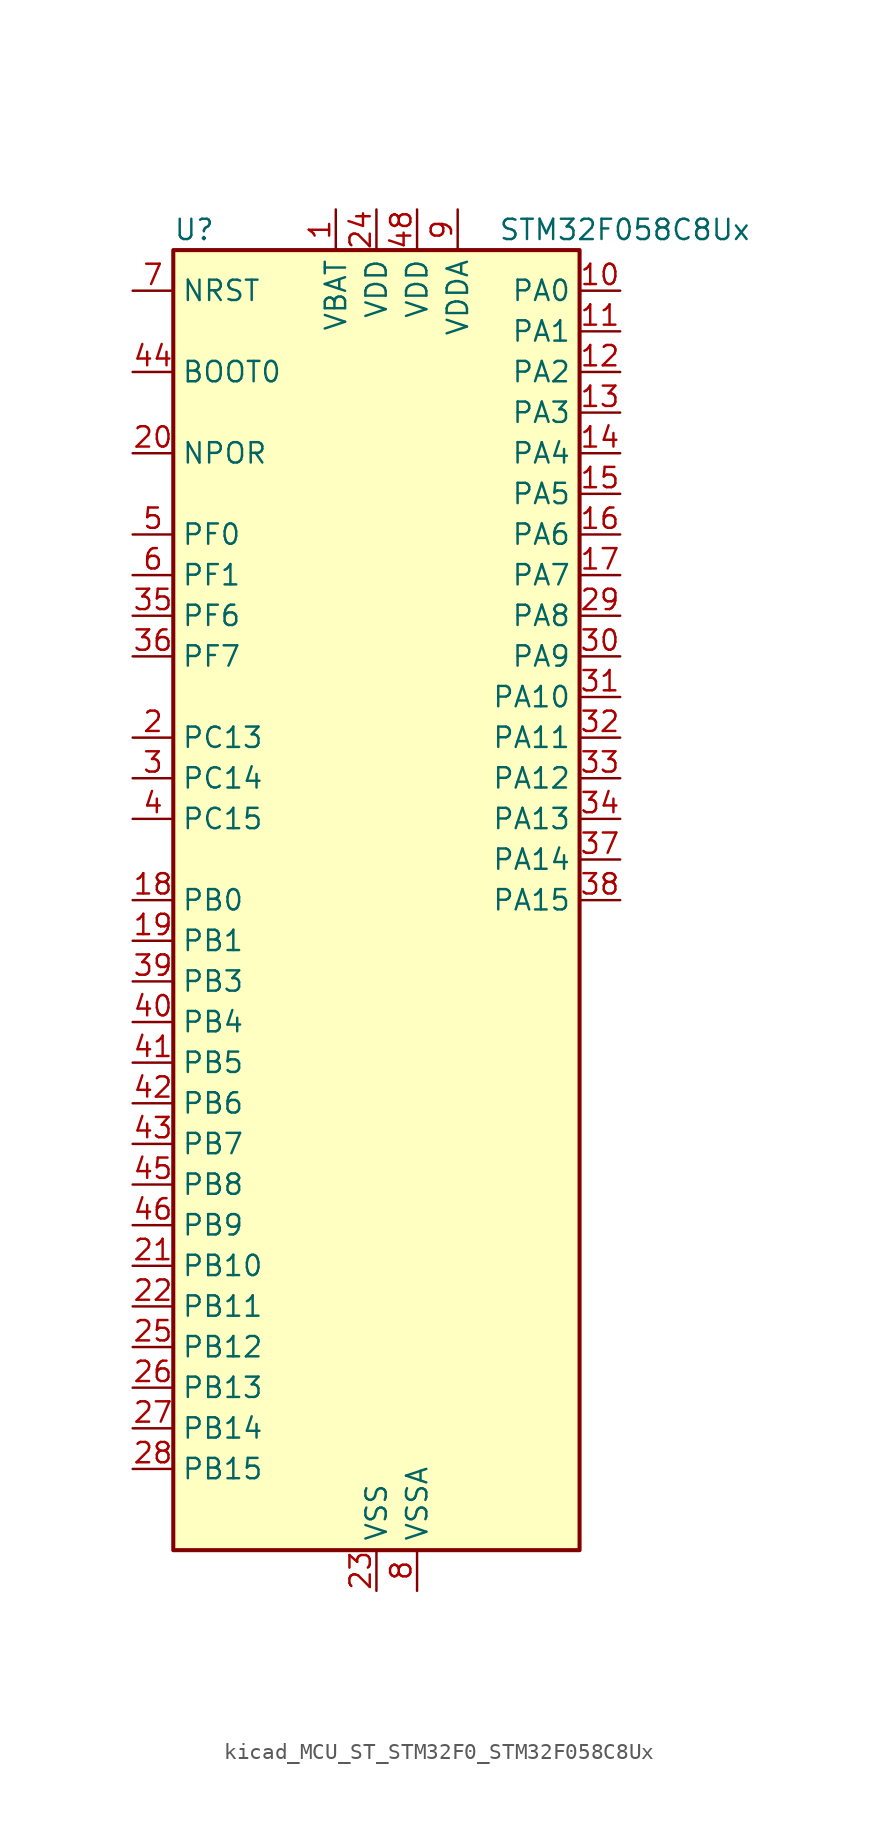
<source format=kicad_sym>
(kicad_symbol_lib
  (version 20220914)
  (generator kicad_symbol_editor)
  (symbol "kicad_MCU_ST_STM32F0_STM32F058C8Ux"
    (property "Reference" "U"
      (at -12.7 41.91 0)
      (effects (font (size 1.27 1.27)) (justify left)))
    (property "Value" "STM32F058C8Ux"
      (at 7.62 41.91 0)
      (effects (font (size 1.27 1.27)) (justify left)))
    (property "ki_locked" ""
      (at 0 0 0)
      (effects (font (size 1.27 1.27))))
    (symbol "kicad_MCU_ST_STM32F0_STM32F058C8Ux_0_1"
      (rectangle (start -12.7 -40.64) (end 12.7 40.64) (stroke (width 0.254) (type default)) (fill (type background))))
    (symbol "kicad_MCU_ST_STM32F0_STM32F058C8Ux_1_1"
      (pin power_in line (at -2.54 43.18 270) (length 2.54) (name "VBAT" (effects (font (size 1.27 1.27)))) (number "1" (effects (font (size 1.27 1.27)))))
      (pin bidirectional line (at 15.24 38.1 180) (length 2.54) (name "PA0" (effects (font (size 1.27 1.27)))) (number "10" (effects (font (size 1.27 1.27)))) (alternate "ADC_IN0" bidirectional line) (alternate "COMP1_INM" bidirectional line) (alternate "COMP1_OUT" bidirectional line) (alternate "RTC_TAMP2" bidirectional line) (alternate "SYS_WKUP1" bidirectional line) (alternate "TIM2_CH1" bidirectional line) (alternate "TIM2_ETR" bidirectional line) (alternate "TSC_G1_IO1" bidirectional line) (alternate "USART2_CTS" bidirectional line))
      (pin bidirectional line (at 15.24 35.56 180) (length 2.54) (name "PA1" (effects (font (size 1.27 1.27)))) (number "11" (effects (font (size 1.27 1.27)))) (alternate "ADC_IN1" bidirectional line) (alternate "COMP1_INP" bidirectional line) (alternate "TIM2_CH2" bidirectional line) (alternate "TSC_G1_IO2" bidirectional line) (alternate "USART2_DE" bidirectional line) (alternate "USART2_RTS" bidirectional line))
      (pin bidirectional line (at 15.24 33.02 180) (length 2.54) (name "PA2" (effects (font (size 1.27 1.27)))) (number "12" (effects (font (size 1.27 1.27)))) (alternate "ADC_IN2" bidirectional line) (alternate "COMP2_INM" bidirectional line) (alternate "COMP2_OUT" bidirectional line) (alternate "TIM15_CH1" bidirectional line) (alternate "TIM2_CH3" bidirectional line) (alternate "TSC_G1_IO3" bidirectional line) (alternate "USART2_TX" bidirectional line))
      (pin bidirectional line (at 15.24 30.48 180) (length 2.54) (name "PA3" (effects (font (size 1.27 1.27)))) (number "13" (effects (font (size 1.27 1.27)))) (alternate "ADC_IN3" bidirectional line) (alternate "COMP2_INP" bidirectional line) (alternate "TIM15_CH2" bidirectional line) (alternate "TIM2_CH4" bidirectional line) (alternate "TSC_G1_IO4" bidirectional line) (alternate "USART2_RX" bidirectional line))
      (pin bidirectional line (at 15.24 27.94 180) (length 2.54) (name "PA4" (effects (font (size 1.27 1.27)))) (number "14" (effects (font (size 1.27 1.27)))) (alternate "ADC_IN4" bidirectional line) (alternate "COMP1_INM" bidirectional line) (alternate "COMP2_INM" bidirectional line) (alternate "DAC1_OUT1" bidirectional line) (alternate "I2S1_WS" bidirectional line) (alternate "SPI1_NSS" bidirectional line) (alternate "TIM14_CH1" bidirectional line) (alternate "TSC_G2_IO1" bidirectional line) (alternate "USART2_CK" bidirectional line))
      (pin bidirectional line (at 15.24 25.4 180) (length 2.54) (name "PA5" (effects (font (size 1.27 1.27)))) (number "15" (effects (font (size 1.27 1.27)))) (alternate "ADC_IN5" bidirectional line) (alternate "CEC" bidirectional line) (alternate "COMP1_INM" bidirectional line) (alternate "COMP2_INM" bidirectional line) (alternate "I2S1_CK" bidirectional line) (alternate "SPI1_SCK" bidirectional line) (alternate "TIM2_CH1" bidirectional line) (alternate "TIM2_ETR" bidirectional line) (alternate "TSC_G2_IO2" bidirectional line))
      (pin bidirectional line (at 15.24 22.86 180) (length 2.54) (name "PA6" (effects (font (size 1.27 1.27)))) (number "16" (effects (font (size 1.27 1.27)))) (alternate "ADC_IN6" bidirectional line) (alternate "COMP1_OUT" bidirectional line) (alternate "I2S1_MCK" bidirectional line) (alternate "SPI1_MISO" bidirectional line) (alternate "TIM16_CH1" bidirectional line) (alternate "TIM1_BKIN" bidirectional line) (alternate "TIM3_CH1" bidirectional line) (alternate "TSC_G2_IO3" bidirectional line))
      (pin bidirectional line (at 15.24 20.32 180) (length 2.54) (name "PA7" (effects (font (size 1.27 1.27)))) (number "17" (effects (font (size 1.27 1.27)))) (alternate "ADC_IN7" bidirectional line) (alternate "COMP2_OUT" bidirectional line) (alternate "I2S1_SD" bidirectional line) (alternate "SPI1_MOSI" bidirectional line) (alternate "TIM14_CH1" bidirectional line) (alternate "TIM17_CH1" bidirectional line) (alternate "TIM1_CH1N" bidirectional line) (alternate "TIM3_CH2" bidirectional line) (alternate "TSC_G2_IO4" bidirectional line))
      (pin bidirectional line (at -15.24 0 0) (length 2.54) (name "PB0" (effects (font (size 1.27 1.27)))) (number "18" (effects (font (size 1.27 1.27)))) (alternate "ADC_IN8" bidirectional line) (alternate "TIM1_CH2N" bidirectional line) (alternate "TIM3_CH3" bidirectional line) (alternate "TSC_G3_IO2" bidirectional line))
      (pin bidirectional line (at -15.24 -2.54 0) (length 2.54) (name "PB1" (effects (font (size 1.27 1.27)))) (number "19" (effects (font (size 1.27 1.27)))) (alternate "ADC_IN9" bidirectional line) (alternate "TIM14_CH1" bidirectional line) (alternate "TIM1_CH3N" bidirectional line) (alternate "TIM3_CH4" bidirectional line) (alternate "TSC_G3_IO3" bidirectional line))
      (pin bidirectional line (at -15.24 10.16 0) (length 2.54) (name "PC13" (effects (font (size 1.27 1.27)))) (number "2" (effects (font (size 1.27 1.27)))) (alternate "RTC_OUT_ALARM" bidirectional line) (alternate "RTC_OUT_CALIB" bidirectional line) (alternate "RTC_TAMP1" bidirectional line) (alternate "RTC_TS" bidirectional line) (alternate "SYS_WKUP2" bidirectional line))
      (pin input line (at -15.24 27.94 0) (length 2.54) (name "NPOR" (effects (font (size 1.27 1.27)))) (number "20" (effects (font (size 1.27 1.27)))))
      (pin bidirectional line (at -15.24 -22.86 0) (length 2.54) (name "PB10" (effects (font (size 1.27 1.27)))) (number "21" (effects (font (size 1.27 1.27)))) (alternate "CEC" bidirectional line) (alternate "I2C2_SCL" bidirectional line) (alternate "TIM2_CH3" bidirectional line) (alternate "TSC_SYNC" bidirectional line))
      (pin bidirectional line (at -15.24 -25.4 0) (length 2.54) (name "PB11" (effects (font (size 1.27 1.27)))) (number "22" (effects (font (size 1.27 1.27)))) (alternate "I2C2_SDA" bidirectional line) (alternate "TIM2_CH4" bidirectional line) (alternate "TSC_G6_IO1" bidirectional line))
      (pin power_in line (at 0 -43.18 90) (length 2.54) (name "VSS" (effects (font (size 1.27 1.27)))) (number "23" (effects (font (size 1.27 1.27)))))
      (pin power_in line (at 0 43.18 270) (length 2.54) (name "VDD" (effects (font (size 1.27 1.27)))) (number "24" (effects (font (size 1.27 1.27)))))
      (pin bidirectional line (at -15.24 -27.94 0) (length 2.54) (name "PB12" (effects (font (size 1.27 1.27)))) (number "25" (effects (font (size 1.27 1.27)))) (alternate "SPI2_NSS" bidirectional line) (alternate "TIM1_BKIN" bidirectional line) (alternate "TSC_G6_IO2" bidirectional line))
      (pin bidirectional line (at -15.24 -30.48 0) (length 2.54) (name "PB13" (effects (font (size 1.27 1.27)))) (number "26" (effects (font (size 1.27 1.27)))) (alternate "SPI2_SCK" bidirectional line) (alternate "TIM1_CH1N" bidirectional line) (alternate "TSC_G6_IO3" bidirectional line))
      (pin bidirectional line (at -15.24 -33.02 0) (length 2.54) (name "PB14" (effects (font (size 1.27 1.27)))) (number "27" (effects (font (size 1.27 1.27)))) (alternate "SPI2_MISO" bidirectional line) (alternate "TIM15_CH1" bidirectional line) (alternate "TIM1_CH2N" bidirectional line) (alternate "TSC_G6_IO4" bidirectional line))
      (pin bidirectional line (at -15.24 -35.56 0) (length 2.54) (name "PB15" (effects (font (size 1.27 1.27)))) (number "28" (effects (font (size 1.27 1.27)))) (alternate "RTC_REFIN" bidirectional line) (alternate "SPI2_MOSI" bidirectional line) (alternate "TIM15_CH1N" bidirectional line) (alternate "TIM15_CH2" bidirectional line) (alternate "TIM1_CH3N" bidirectional line))
      (pin bidirectional line (at 15.24 17.78 180) (length 2.54) (name "PA8" (effects (font (size 1.27 1.27)))) (number "29" (effects (font (size 1.27 1.27)))) (alternate "RCC_MCO" bidirectional line) (alternate "TIM1_CH1" bidirectional line) (alternate "USART1_CK" bidirectional line))
      (pin bidirectional line (at -15.24 7.62 0) (length 2.54) (name "PC14" (effects (font (size 1.27 1.27)))) (number "3" (effects (font (size 1.27 1.27)))) (alternate "RCC_OSC32_IN" bidirectional line))
      (pin bidirectional line (at 15.24 15.24 180) (length 2.54) (name "PA9" (effects (font (size 1.27 1.27)))) (number "30" (effects (font (size 1.27 1.27)))) (alternate "DAC1_EXTI9" bidirectional line) (alternate "TIM15_BKIN" bidirectional line) (alternate "TIM1_CH2" bidirectional line) (alternate "TSC_G4_IO1" bidirectional line) (alternate "USART1_TX" bidirectional line))
      (pin bidirectional line (at 15.24 12.7 180) (length 2.54) (name "PA10" (effects (font (size 1.27 1.27)))) (number "31" (effects (font (size 1.27 1.27)))) (alternate "TIM17_BKIN" bidirectional line) (alternate "TIM1_CH3" bidirectional line) (alternate "TSC_G4_IO2" bidirectional line) (alternate "USART1_RX" bidirectional line))
      (pin bidirectional line (at 15.24 10.16 180) (length 2.54) (name "PA11" (effects (font (size 1.27 1.27)))) (number "32" (effects (font (size 1.27 1.27)))) (alternate "COMP1_OUT" bidirectional line) (alternate "TIM1_CH4" bidirectional line) (alternate "TSC_G4_IO3" bidirectional line) (alternate "USART1_CTS" bidirectional line))
      (pin bidirectional line (at 15.24 7.62 180) (length 2.54) (name "PA12" (effects (font (size 1.27 1.27)))) (number "33" (effects (font (size 1.27 1.27)))) (alternate "COMP2_OUT" bidirectional line) (alternate "TIM1_ETR" bidirectional line) (alternate "TSC_G4_IO4" bidirectional line) (alternate "USART1_DE" bidirectional line) (alternate "USART1_RTS" bidirectional line))
      (pin bidirectional line (at 15.24 5.08 180) (length 2.54) (name "PA13" (effects (font (size 1.27 1.27)))) (number "34" (effects (font (size 1.27 1.27)))) (alternate "IR_OUT" bidirectional line) (alternate "SYS_SWDIO" bidirectional line))
      (pin bidirectional line (at -15.24 17.78 0) (length 2.54) (name "PF6" (effects (font (size 1.27 1.27)))) (number "35" (effects (font (size 1.27 1.27)))) (alternate "I2C2_SCL" bidirectional line))
      (pin bidirectional line (at -15.24 15.24 0) (length 2.54) (name "PF7" (effects (font (size 1.27 1.27)))) (number "36" (effects (font (size 1.27 1.27)))) (alternate "I2C2_SDA" bidirectional line))
      (pin bidirectional line (at 15.24 2.54 180) (length 2.54) (name "PA14" (effects (font (size 1.27 1.27)))) (number "37" (effects (font (size 1.27 1.27)))) (alternate "SYS_SWCLK" bidirectional line) (alternate "USART2_TX" bidirectional line))
      (pin bidirectional line (at 15.24 0 180) (length 2.54) (name "PA15" (effects (font (size 1.27 1.27)))) (number "38" (effects (font (size 1.27 1.27)))) (alternate "I2S1_WS" bidirectional line) (alternate "SPI1_NSS" bidirectional line) (alternate "TIM2_CH1" bidirectional line) (alternate "TIM2_ETR" bidirectional line) (alternate "USART2_RX" bidirectional line))
      (pin bidirectional line (at -15.24 -5.08 0) (length 2.54) (name "PB3" (effects (font (size 1.27 1.27)))) (number "39" (effects (font (size 1.27 1.27)))) (alternate "I2S1_CK" bidirectional line) (alternate "SPI1_SCK" bidirectional line) (alternate "TIM2_CH2" bidirectional line) (alternate "TSC_G5_IO1" bidirectional line))
      (pin bidirectional line (at -15.24 5.08 0) (length 2.54) (name "PC15" (effects (font (size 1.27 1.27)))) (number "4" (effects (font (size 1.27 1.27)))) (alternate "RCC_OSC32_OUT" bidirectional line))
      (pin bidirectional line (at -15.24 -7.62 0) (length 2.54) (name "PB4" (effects (font (size 1.27 1.27)))) (number "40" (effects (font (size 1.27 1.27)))) (alternate "I2S1_MCK" bidirectional line) (alternate "SPI1_MISO" bidirectional line) (alternate "TIM3_CH1" bidirectional line) (alternate "TSC_G5_IO2" bidirectional line))
      (pin bidirectional line (at -15.24 -10.16 0) (length 2.54) (name "PB5" (effects (font (size 1.27 1.27)))) (number "41" (effects (font (size 1.27 1.27)))) (alternate "I2C1_SMBA" bidirectional line) (alternate "I2S1_SD" bidirectional line) (alternate "SPI1_MOSI" bidirectional line) (alternate "TIM16_BKIN" bidirectional line) (alternate "TIM3_CH2" bidirectional line))
      (pin bidirectional line (at -15.24 -12.7 0) (length 2.54) (name "PB6" (effects (font (size 1.27 1.27)))) (number "42" (effects (font (size 1.27 1.27)))) (alternate "I2C1_SCL" bidirectional line) (alternate "TIM16_CH1N" bidirectional line) (alternate "TSC_G5_IO3" bidirectional line) (alternate "USART1_TX" bidirectional line))
      (pin bidirectional line (at -15.24 -15.24 0) (length 2.54) (name "PB7" (effects (font (size 1.27 1.27)))) (number "43" (effects (font (size 1.27 1.27)))) (alternate "I2C1_SDA" bidirectional line) (alternate "TIM17_CH1N" bidirectional line) (alternate "TSC_G5_IO4" bidirectional line) (alternate "USART1_RX" bidirectional line))
      (pin input line (at -15.24 33.02 0) (length 2.54) (name "BOOT0" (effects (font (size 1.27 1.27)))) (number "44" (effects (font (size 1.27 1.27)))))
      (pin bidirectional line (at -15.24 -17.78 0) (length 2.54) (name "PB8" (effects (font (size 1.27 1.27)))) (number "45" (effects (font (size 1.27 1.27)))) (alternate "CEC" bidirectional line) (alternate "I2C1_SCL" bidirectional line) (alternate "TIM16_CH1" bidirectional line) (alternate "TSC_SYNC" bidirectional line))
      (pin bidirectional line (at -15.24 -20.32 0) (length 2.54) (name "PB9" (effects (font (size 1.27 1.27)))) (number "46" (effects (font (size 1.27 1.27)))) (alternate "DAC1_EXTI9" bidirectional line) (alternate "I2C1_SDA" bidirectional line) (alternate "IR_OUT" bidirectional line) (alternate "TIM17_CH1" bidirectional line))
      (pin passive line (at 0 -43.18 90) (length 2.54) hide (name "VSS" (effects (font (size 1.27 1.27)))) (number "47" (effects (font (size 1.27 1.27)))))
      (pin power_in line (at 2.54 43.18 270) (length 2.54) (name "VDD" (effects (font (size 1.27 1.27)))) (number "48" (effects (font (size 1.27 1.27)))))
      (pin passive line (at 0 -43.18 90) (length 2.54) hide (name "VSS" (effects (font (size 1.27 1.27)))) (number "49" (effects (font (size 1.27 1.27)))))
      (pin bidirectional line (at -15.24 22.86 0) (length 2.54) (name "PF0" (effects (font (size 1.27 1.27)))) (number "5" (effects (font (size 1.27 1.27)))) (alternate "RCC_OSC_IN" bidirectional line))
      (pin bidirectional line (at -15.24 20.32 0) (length 2.54) (name "PF1" (effects (font (size 1.27 1.27)))) (number "6" (effects (font (size 1.27 1.27)))) (alternate "RCC_OSC_OUT" bidirectional line))
      (pin input line (at -15.24 38.1 0) (length 2.54) (name "NRST" (effects (font (size 1.27 1.27)))) (number "7" (effects (font (size 1.27 1.27)))))
      (pin power_in line (at 2.54 -43.18 90) (length 2.54) (name "VSSA" (effects (font (size 1.27 1.27)))) (number "8" (effects (font (size 1.27 1.27)))))
      (pin power_in line (at 5.08 43.18 270) (length 2.54) (name "VDDA" (effects (font (size 1.27 1.27)))) (number "9" (effects (font (size 1.27 1.27))))))))
</source>
